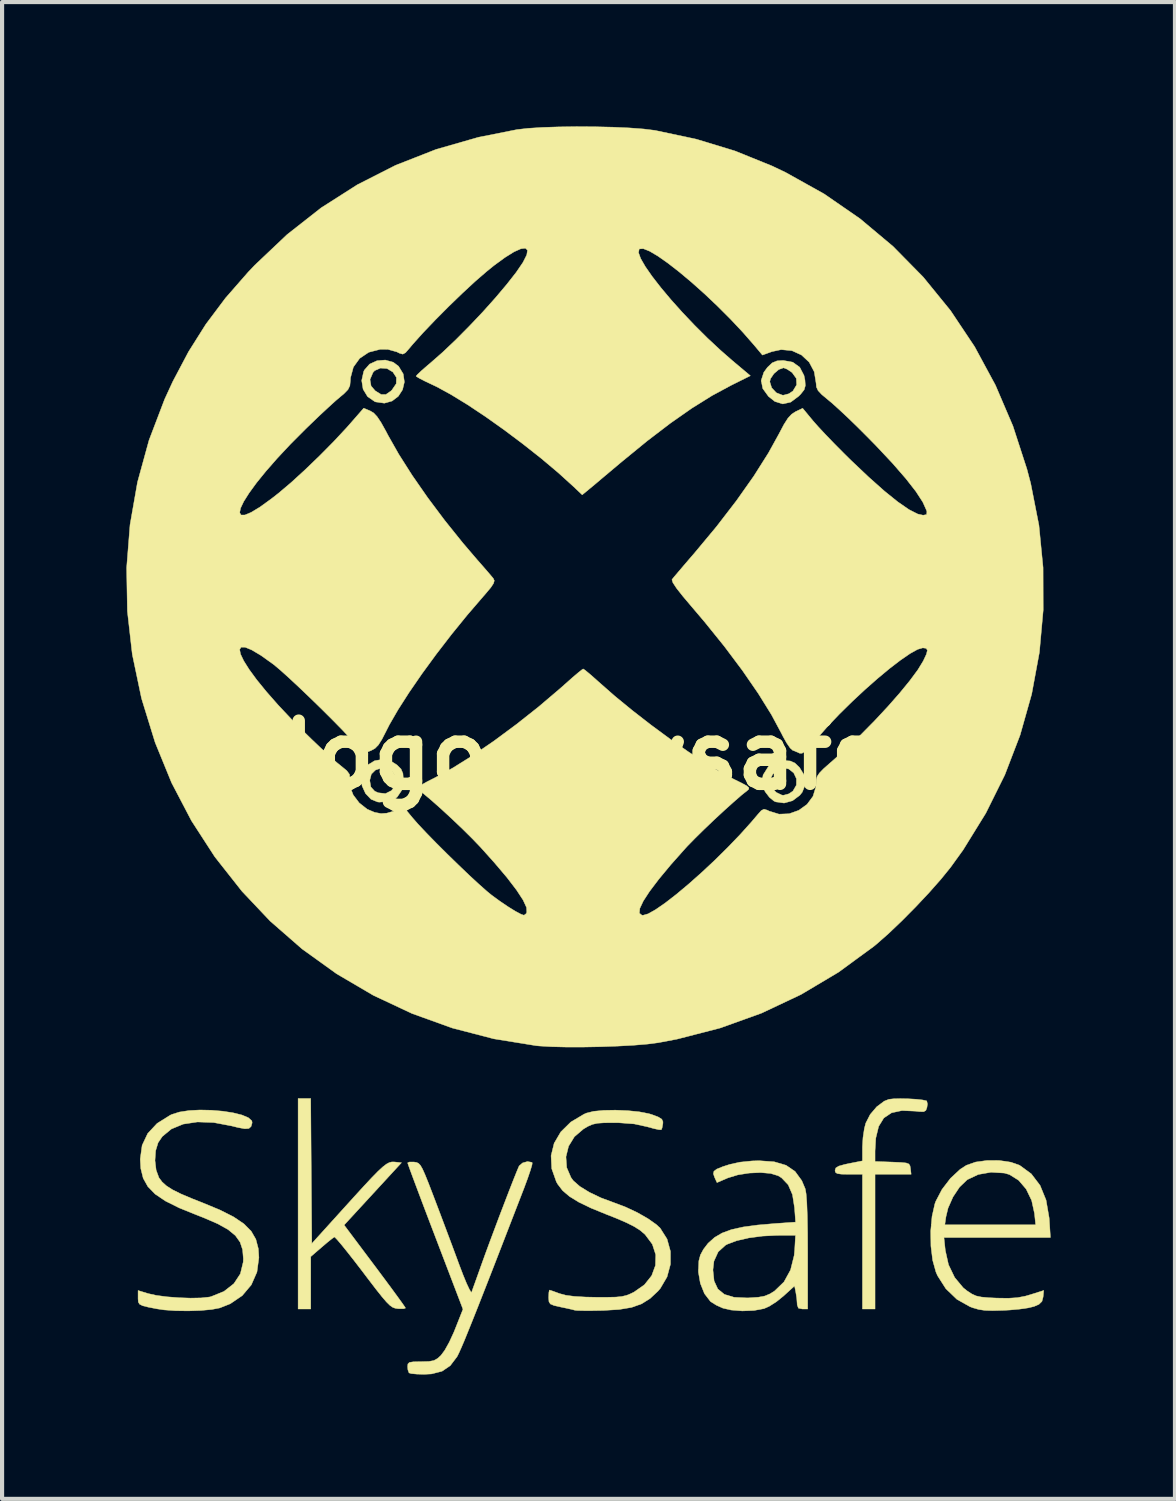
<source format=kicad_pcb>
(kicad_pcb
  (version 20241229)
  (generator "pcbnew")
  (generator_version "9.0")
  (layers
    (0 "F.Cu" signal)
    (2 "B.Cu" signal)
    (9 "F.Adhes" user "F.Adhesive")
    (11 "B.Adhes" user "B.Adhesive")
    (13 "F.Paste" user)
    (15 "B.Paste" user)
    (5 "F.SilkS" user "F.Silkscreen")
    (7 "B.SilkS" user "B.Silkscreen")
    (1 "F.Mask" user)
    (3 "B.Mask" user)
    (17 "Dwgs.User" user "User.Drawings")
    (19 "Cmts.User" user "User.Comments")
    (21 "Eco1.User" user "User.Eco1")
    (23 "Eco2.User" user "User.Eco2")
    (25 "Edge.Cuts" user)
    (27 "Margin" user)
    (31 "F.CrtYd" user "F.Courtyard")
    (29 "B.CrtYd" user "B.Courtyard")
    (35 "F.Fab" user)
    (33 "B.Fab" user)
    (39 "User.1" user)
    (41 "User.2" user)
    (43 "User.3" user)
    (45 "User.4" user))
  (footprint "logo_skysafe"
    (layer "F.Cu")
    (at 11.051 15.171)
    (property "Reference" "logo_skysafe" (at 0 0 0) (layer "F.SilkS") (effects (font (size 1.524 1.524) (thickness 0.3))))
    (attr through_hole)
    (fp_poly (pts (xy -4.613 -9.481) (xy -4.485 -9.385) (xy -4.373 -9.2) (xy -4.345 -9.005) (xy -4.389 -8.819) (xy -4.492 -8.66) (xy -4.642 -8.546) (xy -4.828 -8.494) (xy -5.036 -8.524) (xy -5.06 -8.533) (xy -5.233 -8.653) (xy -5.341 -8.831) (xy -5.375 -9.041) (xy -5.37 -9.064) (xy -5.175 -9.064) (xy -5.148 -8.908) (xy -5.048 -8.792) (xy -4.907 -8.705) (xy -4.792 -8.703) (xy -4.67 -8.788) (xy -4.646 -8.811) (xy -4.541 -8.965) (xy -4.537 -9.114) (xy -4.623 -9.246) (xy -4.765 -9.33) (xy -4.923 -9.341) (xy -5.061 -9.28) (xy -5.103 -9.234) (xy -5.175 -9.064) (xy -5.37 -9.064) (xy -5.327 -9.257) (xy -5.311 -9.292) (xy -5.184 -9.437) (xy -5.005 -9.519) (xy -4.805 -9.535) (xy -4.613 -9.481)) (stroke (width 0.01) (type solid)) (fill yes) (layer "F.SilkS"))
    (fp_poly (pts (xy -4.667 0.144) (xy -4.525 0.233) (xy -4.426 0.332) (xy -4.38 0.439) (xy -4.369 0.597) (xy -4.369 0.607) (xy -4.408 0.844) (xy -4.522 1.013) (xy -4.705 1.111) (xy -4.948 1.131) (xy -4.989 1.127) (xy -5.149 1.062) (xy -5.282 0.923) (xy -5.366 0.739) (xy -5.384 0.605) (xy -5.181 0.605) (xy -5.154 0.765) (xy -5.063 0.865) (xy -4.977 0.905) (xy -4.801 0.925) (xy -4.656 0.852) (xy -4.586 0.757) (xy -4.549 0.627) (xy -4.553 0.533) (xy -4.634 0.396) (xy -4.76 0.323) (xy -4.905 0.311) (xy -5.042 0.356) (xy -5.142 0.455) (xy -5.181 0.605) (xy -5.384 0.605) (xy -5.385 0.602) (xy -5.342 0.392) (xy -5.227 0.232) (xy -5.062 0.132) (xy -4.868 0.099) (xy -4.667 0.144)) (stroke (width 0.01) (type solid)) (fill yes) (layer "F.SilkS"))
    (fp_poly (pts (xy 4.963 0.138) (xy 5.075 0.187) (xy 5.186 0.293) (xy 5.309 0.491) (xy 5.332 0.692) (xy 5.255 0.889) (xy 5.194 0.966) (xy 5.019 1.097) (xy 4.816 1.153) (xy 4.616 1.125) (xy 4.572 1.105) (xy 4.464 1.017) (xy 4.362 0.884) (xy 4.348 0.859) (xy 4.282 0.663) (xy 4.286 0.635) (xy 4.47 0.635) (xy 4.515 0.774) (xy 4.623 0.894) (xy 4.761 0.961) (xy 4.803 0.965) (xy 4.932 0.93) (xy 5.029 0.864) (xy 5.112 0.721) (xy 5.114 0.566) (xy 5.048 0.426) (xy 4.926 0.33) (xy 4.803 0.305) (xy 4.663 0.349) (xy 4.542 0.457) (xy 4.475 0.593) (xy 4.47 0.635) (xy 4.286 0.635) (xy 4.309 0.476) (xy 4.431 0.281) (xy 4.441 0.269) (xy 4.54 0.177) (xy 4.656 0.135) (xy 4.8 0.127) (xy 4.963 0.138)) (stroke (width 0.01) (type solid)) (fill yes) (layer "F.SilkS"))
    (fp_poly (pts (xy 5.025 -9.483) (xy 5.193 -9.361) (xy 5.296 -9.163) (xy 5.319 -9.052) (xy 5.328 -8.916) (xy 5.3 -8.818) (xy 5.217 -8.713) (xy 5.168 -8.663) (xy 4.975 -8.519) (xy 4.784 -8.476) (xy 4.593 -8.535) (xy 4.44 -8.656) (xy 4.301 -8.848) (xy 4.269 -9.013) (xy 4.47 -9.013) (xy 4.516 -8.865) (xy 4.629 -8.745) (xy 4.776 -8.688) (xy 4.801 -8.687) (xy 4.932 -8.722) (xy 5.029 -8.788) (xy 5.119 -8.937) (xy 5.111 -9.091) (xy 5.01 -9.232) (xy 4.997 -9.242) (xy 4.887 -9.315) (xy 4.804 -9.347) (xy 4.801 -9.347) (xy 4.687 -9.306) (xy 4.571 -9.207) (xy 4.489 -9.087) (xy 4.47 -9.013) (xy 4.269 -9.013) (xy 4.263 -9.043) (xy 4.327 -9.239) (xy 4.415 -9.359) (xy 4.529 -9.467) (xy 4.645 -9.515) (xy 4.795 -9.525) (xy 5.025 -9.483)) (stroke (width 0.01) (type solid)) (fill yes) (layer "F.SilkS"))
    (fp_poly (pts (xy -6.592 10.031) (xy -6.579 11.781) (xy -5.857 10.983) (xy -5.557 10.652) (xy -5.316 10.388) (xy -5.126 10.185) (xy -4.979 10.035) (xy -4.866 9.931) (xy -4.779 9.864) (xy -4.71 9.827) (xy -4.65 9.812) (xy -4.591 9.812) (xy -4.576 9.813) (xy -4.415 9.83) (xy -5.107 10.582) (xy -5.799 11.334) (xy -5.059 12.321) (xy -4.853 12.597) (xy -4.669 12.845) (xy -4.516 13.054) (xy -4.401 13.213) (xy -4.333 13.311) (xy -4.318 13.337) (xy -4.363 13.353) (xy -4.473 13.353) (xy -4.504 13.351) (xy -4.568 13.341) (xy -4.629 13.318) (xy -4.696 13.27) (xy -4.779 13.188) (xy -4.888 13.061) (xy -5.033 12.878) (xy -5.223 12.63) (xy -5.343 12.471) (xy -5.538 12.217) (xy -5.713 11.994) (xy -5.859 11.813) (xy -5.967 11.686) (xy -6.026 11.625) (xy -6.034 11.622) (xy -6.088 11.66) (xy -6.196 11.746) (xy -6.334 11.863) (xy -6.337 11.866) (xy -6.604 12.096) (xy -6.604 13.36) (xy -6.909 13.36) (xy -6.909 8.28) (xy -6.605 8.28) (xy -6.592 10.031)) (stroke (width 0.01) (type solid)) (fill yes) (layer "F.SilkS"))
    (fp_poly (pts (xy 7.814 8.288) (xy 8.003 8.299) (xy 8.157 8.316) (xy 8.248 8.336) (xy 8.258 8.342) (xy 8.274 8.413) (xy 8.262 8.498) (xy 8.236 8.568) (xy 8.185 8.599) (xy 8.08 8.597) (xy 7.981 8.586) (xy 7.66 8.572) (xy 7.408 8.626) (xy 7.222 8.751) (xy 7.097 8.954) (xy 7.028 9.237) (xy 7.01 9.545) (xy 7.01 9.8) (xy 7.429 9.815) (xy 7.635 9.824) (xy 7.76 9.836) (xy 7.826 9.861) (xy 7.854 9.905) (xy 7.865 9.97) (xy 7.881 10.109) (xy 7.01 10.109) (xy 7.01 13.36) (xy 6.706 13.36) (xy 6.706 10.109) (xy 6.375 10.109) (xy 6.196 10.106) (xy 6.096 10.091) (xy 6.053 10.059) (xy 6.045 10.013) (xy 6.064 9.956) (xy 6.135 9.912) (xy 6.277 9.872) (xy 6.375 9.851) (xy 6.706 9.786) (xy 6.706 9.449) (xy 6.719 9.227) (xy 6.752 9.006) (xy 6.786 8.875) (xy 6.893 8.666) (xy 7.051 8.48) (xy 7.232 8.345) (xy 7.342 8.301) (xy 7.454 8.288) (xy 7.621 8.284) (xy 7.814 8.288)) (stroke (width 0.01) (type solid)) (fill yes) (layer "F.SilkS"))
    (fp_poly (pts (xy 10.012 9.777) (xy 10.288 9.818) (xy 10.497 9.892) (xy 10.779 10.098) (xy 10.992 10.378) (xy 11.136 10.731) (xy 11.21 11.159) (xy 11.214 11.214) (xy 11.241 11.633) (xy 8.672 11.633) (xy 8.705 11.944) (xy 8.782 12.29) (xy 8.931 12.599) (xy 9.138 12.848) (xy 9.235 12.925) (xy 9.346 12.997) (xy 9.45 13.044) (xy 9.576 13.071) (xy 9.752 13.087) (xy 9.946 13.096) (xy 10.226 13.1) (xy 10.443 13.086) (xy 10.637 13.049) (xy 10.76 13.013) (xy 11.08 12.912) (xy 11.065 13.068) (xy 11.037 13.176) (xy 10.964 13.247) (xy 10.846 13.298) (xy 10.707 13.332) (xy 10.501 13.362) (xy 10.258 13.384) (xy 10.109 13.392) (xy 9.85 13.399) (xy 9.661 13.393) (xy 9.512 13.371) (xy 9.374 13.331) (xy 9.301 13.304) (xy 8.986 13.127) (xy 8.719 12.871) (xy 8.518 12.556) (xy 8.479 12.467) (xy 8.4 12.183) (xy 8.358 11.841) (xy 8.353 11.476) (xy 8.367 11.328) (xy 8.693 11.328) (xy 10.885 11.328) (xy 10.857 11.055) (xy 10.788 10.74) (xy 10.656 10.467) (xy 10.474 10.254) (xy 10.253 10.116) (xy 10.13 10.08) (xy 9.809 10.06) (xy 9.501 10.114) (xy 9.238 10.238) (xy 9.23 10.244) (xy 9.049 10.418) (xy 8.89 10.657) (xy 8.771 10.926) (xy 8.72 11.138) (xy 8.693 11.328) (xy 8.367 11.328) (xy 8.385 11.125) (xy 8.453 10.823) (xy 8.475 10.762) (xy 8.625 10.475) (xy 8.83 10.207) (xy 9.064 9.989) (xy 9.214 9.892) (xy 9.437 9.814) (xy 9.715 9.776) (xy 10.012 9.777)) (stroke (width 0.01) (type solid)) (fill yes) (layer "F.SilkS"))
    (fp_poly (pts (xy -9.002 8.564) (xy -8.729 8.587) (xy -8.477 8.626) (xy -8.264 8.679) (xy -8.108 8.745) (xy -8.025 8.821) (xy -8.018 8.868) (xy -8.044 8.957) (xy -8.097 9.004) (xy -8.196 9.011) (xy -8.359 8.981) (xy -8.511 8.943) (xy -8.945 8.861) (xy -9.338 8.847) (xy -9.682 8.899) (xy -9.967 9.017) (xy -10.185 9.197) (xy -10.287 9.347) (xy -10.346 9.541) (xy -10.362 9.777) (xy -10.334 10.009) (xy -10.267 10.191) (xy -10.19 10.294) (xy -10.086 10.388) (xy -9.941 10.481) (xy -9.738 10.582) (xy -9.464 10.698) (xy -9.22 10.794) (xy -8.798 10.969) (xy -8.467 11.136) (xy -8.218 11.304) (xy -8.041 11.482) (xy -7.928 11.678) (xy -7.869 11.903) (xy -7.855 12.119) (xy -7.902 12.468) (xy -8.038 12.777) (xy -8.256 13.036) (xy -8.547 13.234) (xy -8.8 13.334) (xy -8.994 13.371) (xy -9.258 13.395) (xy -9.558 13.405) (xy -9.864 13.401) (xy -10.143 13.381) (xy -10.312 13.356) (xy -10.527 13.314) (xy -10.661 13.28) (xy -10.734 13.243) (xy -10.764 13.191) (xy -10.77 13.114) (xy -10.77 13.085) (xy -10.77 12.913) (xy -10.528 12.987) (xy -10.331 13.031) (xy -10.075 13.065) (xy -9.788 13.087) (xy -9.503 13.097) (xy -9.248 13.092) (xy -9.053 13.071) (xy -9.012 13.062) (xy -8.698 12.935) (xy -8.459 12.748) (xy -8.302 12.51) (xy -8.233 12.226) (xy -8.23 12.146) (xy -8.248 11.929) (xy -8.309 11.746) (xy -8.423 11.587) (xy -8.601 11.441) (xy -8.854 11.301) (xy -9.192 11.155) (xy -9.356 11.091) (xy -9.778 10.92) (xy -10.109 10.755) (xy -10.358 10.587) (xy -10.534 10.406) (xy -10.646 10.205) (xy -10.704 9.972) (xy -10.718 9.743) (xy -10.672 9.41) (xy -10.537 9.124) (xy -10.311 8.882) (xy -9.995 8.684) (xy -9.957 8.666) (xy -9.774 8.608) (xy -9.542 8.572) (xy -9.279 8.558) (xy -9.002 8.564)) (stroke (width 0.01) (type solid)) (fill yes) (layer "F.SilkS"))
    (fp_poly (pts (xy -1.275 9.82) (xy -1.26 9.831) (xy -1.267 9.886) (xy -1.306 10.017) (xy -1.37 10.205) (xy -1.454 10.432) (xy -1.472 10.479) (xy -1.755 11.21) (xy -2.003 11.851) (xy -2.219 12.408) (xy -2.406 12.886) (xy -2.565 13.291) (xy -2.699 13.628) (xy -2.81 13.903) (xy -2.899 14.122) (xy -2.97 14.288) (xy -3.024 14.409) (xy -3.063 14.489) (xy -3.076 14.512) (xy -3.239 14.727) (xy -3.437 14.861) (xy -3.691 14.926) (xy -3.871 14.935) (xy -4.045 14.93) (xy -4.177 14.918) (xy -4.233 14.901) (xy -4.26 14.829) (xy -4.267 14.749) (xy -4.26 14.685) (xy -4.224 14.649) (xy -4.135 14.634) (xy -3.97 14.63) (xy -3.941 14.63) (xy -3.755 14.625) (xy -3.634 14.603) (xy -3.543 14.552) (xy -3.463 14.479) (xy -3.371 14.355) (xy -3.262 14.16) (xy -3.152 13.921) (xy -3.122 13.847) (xy -2.931 13.365) (xy -3.599 11.616) (xy -3.751 11.218) (xy -3.891 10.849) (xy -4.014 10.522) (xy -4.118 10.245) (xy -4.197 10.032) (xy -4.248 9.89) (xy -4.267 9.833) (xy -4.267 9.833) (xy -4.223 9.813) (xy -4.117 9.813) (xy -4.109 9.814) (xy -4.052 9.823) (xy -4.005 9.845) (xy -3.959 9.893) (xy -3.908 9.981) (xy -3.845 10.122) (xy -3.762 10.328) (xy -3.652 10.614) (xy -3.622 10.693) (xy -3.489 11.043) (xy -3.344 11.429) (xy -3.2 11.813) (xy -3.072 12.158) (xy -3.022 12.294) (xy -2.928 12.54) (xy -2.845 12.742) (xy -2.778 12.884) (xy -2.735 12.954) (xy -2.723 12.954) (xy -2.696 12.878) (xy -2.642 12.728) (xy -2.57 12.527) (xy -2.496 12.319) (xy -2.4 12.053) (xy -2.289 11.751) (xy -2.168 11.428) (xy -2.045 11.1) (xy -1.923 10.782) (xy -1.811 10.49) (xy -1.713 10.24) (xy -1.636 10.048) (xy -1.586 9.929) (xy -1.575 9.906) (xy -1.493 9.835) (xy -1.376 9.802) (xy -1.275 9.82)) (stroke (width 0.01) (type solid)) (fill yes) (layer "F.SilkS"))
    (fp_poly (pts (xy 4.578 9.808) (xy 4.863 9.892) (xy 5.081 10.041) (xy 5.242 10.262) (xy 5.326 10.46) (xy 5.347 10.579) (xy 5.364 10.797) (xy 5.376 11.113) (xy 5.383 11.524) (xy 5.385 11.996) (xy 5.385 13.36) (xy 5.258 13.36) (xy 5.161 13.339) (xy 5.131 13.257) (xy 5.131 13.24) (xy 5.121 13.1) (xy 5.099 12.961) (xy 5.068 12.803) (xy 4.801 13.046) (xy 4.634 13.181) (xy 4.461 13.292) (xy 4.332 13.35) (xy 4.09 13.395) (xy 3.808 13.406) (xy 3.534 13.384) (xy 3.337 13.338) (xy 3.182 13.268) (xy 3.052 13.187) (xy 3.037 13.175) (xy 2.894 12.988) (xy 2.795 12.74) (xy 2.748 12.466) (xy 2.75 12.418) (xy 3.099 12.418) (xy 3.127 12.682) (xy 3.217 12.877) (xy 3.376 13.007) (xy 3.609 13.077) (xy 3.923 13.092) (xy 3.977 13.09) (xy 4.197 13.075) (xy 4.351 13.046) (xy 4.478 12.993) (xy 4.587 12.924) (xy 4.813 12.706) (xy 4.971 12.418) (xy 5.059 12.067) (xy 5.072 11.925) (xy 5.091 11.582) (xy 4.641 11.583) (xy 4.297 11.6) (xy 3.965 11.644) (xy 3.671 11.712) (xy 3.445 11.797) (xy 3.404 11.819) (xy 3.226 11.98) (xy 3.123 12.206) (xy 3.099 12.418) (xy 2.75 12.418) (xy 2.759 12.198) (xy 2.797 12.056) (xy 2.87 11.92) (xy 2.976 11.781) (xy 2.988 11.768) (xy 3.139 11.633) (xy 3.32 11.527) (xy 3.544 11.444) (xy 3.826 11.381) (xy 4.181 11.333) (xy 4.591 11.298) (xy 5.093 11.263) (xy 5.068 10.919) (xy 5.018 10.601) (xy 4.915 10.363) (xy 4.755 10.195) (xy 4.672 10.144) (xy 4.492 10.089) (xy 4.248 10.068) (xy 3.974 10.08) (xy 3.701 10.123) (xy 3.461 10.196) (xy 3.44 10.205) (xy 3.197 10.31) (xy 3.138 10.181) (xy 3.11 10.098) (xy 3.123 10.036) (xy 3.193 9.983) (xy 3.334 9.926) (xy 3.505 9.871) (xy 3.749 9.817) (xy 4.047 9.787) (xy 4.216 9.782) (xy 4.578 9.808)) (stroke (width 0.01) (type solid)) (fill yes) (layer "F.SilkS"))
    (fp_poly (pts (xy 1.042 8.574) (xy 1.321 8.602) (xy 1.553 8.647) (xy 1.626 8.669) (xy 1.784 8.729) (xy 1.866 8.781) (xy 1.893 8.842) (xy 1.891 8.888) (xy 1.872 8.992) (xy 1.853 9.035) (xy 1.796 9.033) (xy 1.671 9.006) (xy 1.512 8.962) (xy 1.2 8.894) (xy 0.825 8.866) (xy 0.707 8.865) (xy 0.474 8.867) (xy 0.312 8.878) (xy 0.192 8.905) (xy 0.082 8.953) (xy -0.028 9.019) (xy -0.243 9.203) (xy -0.384 9.433) (xy -0.447 9.688) (xy -0.429 9.947) (xy -0.325 10.189) (xy -0.27 10.264) (xy -0.114 10.401) (xy 0.118 10.544) (xy 0.403 10.68) (xy 0.711 10.794) (xy 0.992 10.9) (xy 1.273 11.032) (xy 1.529 11.178) (xy 1.732 11.321) (xy 1.827 11.41) (xy 1.992 11.671) (xy 2.074 11.968) (xy 2.074 12.28) (xy 1.992 12.585) (xy 1.829 12.863) (xy 1.773 12.928) (xy 1.583 13.106) (xy 1.378 13.235) (xy 1.136 13.321) (xy 0.838 13.371) (xy 0.463 13.394) (xy 0.432 13.395) (xy 0.19 13.399) (xy -0.015 13.399) (xy -0.162 13.396) (xy -0.229 13.39) (xy -0.303 13.37) (xy -0.443 13.339) (xy -0.572 13.312) (xy -0.735 13.275) (xy -0.822 13.239) (xy -0.857 13.184) (xy -0.864 13.092) (xy -0.864 13.077) (xy -0.859 12.961) (xy -0.847 12.904) (xy -0.845 12.903) (xy -0.79 12.919) (xy -0.673 12.961) (xy -0.603 12.987) (xy -0.452 13.028) (xy -0.247 13.055) (xy 0.029 13.071) (xy 0.28 13.076) (xy 0.557 13.076) (xy 0.755 13.072) (xy 0.898 13.058) (xy 1.01 13.032) (xy 1.113 12.991) (xy 1.195 12.951) (xy 1.447 12.774) (xy 1.621 12.555) (xy 1.712 12.308) (xy 1.719 12.05) (xy 1.637 11.797) (xy 1.464 11.565) (xy 1.455 11.556) (xy 1.34 11.459) (xy 1.196 11.368) (xy 1.006 11.273) (xy 0.75 11.163) (xy 0.543 11.082) (xy 0.159 10.925) (xy -0.139 10.781) (xy -0.363 10.643) (xy -0.528 10.502) (xy -0.645 10.349) (xy -0.678 10.292) (xy -0.79 9.975) (xy -0.806 9.661) (xy -0.732 9.361) (xy -0.571 9.086) (xy -0.33 8.849) (xy -0.013 8.66) (xy 0.051 8.632) (xy 0.222 8.59) (xy 0.464 8.567) (xy 0.747 8.562) (xy 1.042 8.574)) (stroke (width 0.01) (type solid)) (fill yes) (layer "F.SilkS"))
    (fp_poly (pts (xy 0.253 -15.163) (xy 0.685 -15.153) (xy 1.085 -15.135) (xy 1.429 -15.109) (xy 1.695 -15.076) (xy 1.702 -15.075) (xy 2.695 -14.864) (xy 3.629 -14.58) (xy 4.521 -14.219) (xy 4.851 -14.062) (xy 5.781 -13.543) (xy 6.646 -12.946) (xy 7.445 -12.276) (xy 8.174 -11.535) (xy 8.831 -10.728) (xy 9.412 -9.858) (xy 9.915 -8.928) (xy 10.337 -7.942) (xy 10.674 -6.905) (xy 10.765 -6.56) (xy 10.964 -5.548) (xy 11.064 -4.526) (xy 11.067 -3.502) (xy 10.975 -2.482) (xy 10.789 -1.475) (xy 10.51 -0.488) (xy 10.141 0.473) (xy 9.682 1.398) (xy 9.136 2.282) (xy 8.832 2.704) (xy 8.601 2.989) (xy 8.313 3.315) (xy 7.991 3.658) (xy 7.656 3.996) (xy 7.333 4.304) (xy 7.042 4.56) (xy 6.985 4.607) (xy 6.13 5.233) (xy 5.224 5.772) (xy 4.271 6.222) (xy 3.272 6.581) (xy 2.232 6.849) (xy 1.778 6.935) (xy 1.522 6.968) (xy 1.189 6.996) (xy 0.803 7.017) (xy 0.387 7.032) (xy -0.034 7.04) (xy -0.437 7.04) (xy -0.796 7.031) (xy -1.089 7.014) (xy -1.163 7.007) (xy -2.188 6.841) (xy -3.189 6.581) (xy -4.16 6.231) (xy -5.093 5.793) (xy -5.979 5.273) (xy -6.812 4.674) (xy -7.583 4.001) (xy -8.263 3.282) (xy -8.918 2.451) (xy -9.482 1.58) (xy -9.961 0.664) (xy -10.358 -0.307) (xy -10.677 -1.34) (xy -10.691 -1.392) (xy -10.909 -2.432) (xy -10.923 -2.551) (xy -8.319 -2.551) (xy -8.298 -2.44) (xy -8.221 -2.278) (xy -8.09 -2.07) (xy -7.907 -1.82) (xy -7.673 -1.533) (xy -7.392 -1.213) (xy -7.064 -0.864) (xy -6.812 -0.61) (xy -6.577 -0.38) (xy -6.35 -0.164) (xy -6.145 0.025) (xy -5.981 0.171) (xy -5.879 0.254) (xy -5.736 0.371) (xy -5.669 0.461) (xy -5.663 0.536) (xy -5.662 0.744) (xy -5.58 0.957) (xy -5.434 1.15) (xy -5.241 1.302) (xy -5.065 1.377) (xy -4.909 1.407) (xy -4.769 1.397) (xy -4.602 1.348) (xy -4.354 1.26) (xy -4.151 1.506) (xy -4.011 1.666) (xy -3.814 1.875) (xy -3.577 2.118) (xy -3.316 2.378) (xy -3.046 2.641) (xy -2.786 2.89) (xy -2.55 3.108) (xy -2.355 3.281) (xy -2.245 3.371) (xy -2.046 3.517) (xy -1.847 3.652) (xy -1.668 3.763) (xy -1.53 3.836) (xy -1.459 3.86) (xy -1.408 3.821) (xy -1.392 3.79) (xy -1.398 3.673) (xy -1.481 3.493) (xy -1.64 3.25) (xy -1.872 2.947) (xy -2.178 2.586) (xy -2.509 2.217) (xy -2.703 2.015) (xy -2.938 1.782) (xy -3.194 1.538) (xy -3.452 1.3) (xy -3.691 1.088) (xy -3.893 0.918) (xy -3.992 0.842) (xy -4.021 0.808) (xy -4.007 0.77) (xy -3.937 0.717) (xy -3.799 0.639) (xy -3.602 0.539) (xy -3.173 0.304) (xy -2.693 0.004) (xy -2.179 -0.348) (xy -1.647 -0.742) (xy -1.113 -1.164) (xy -0.595 -1.604) (xy -0.449 -1.733) (xy -0.285 -1.879) (xy -0.149 -1.994) (xy -0.058 -2.066) (xy -0.031 -2.083) (xy 0.017 -2.051) (xy 0.121 -1.965) (xy 0.263 -1.841) (xy 0.342 -1.77) (xy 0.73 -1.429) (xy 1.157 -1.079) (xy 1.606 -0.73) (xy 2.062 -0.394) (xy 2.507 -0.083) (xy 2.926 0.192) (xy 3.302 0.419) (xy 3.6 0.576) (xy 3.797 0.673) (xy 3.915 0.738) (xy 3.966 0.784) (xy 3.963 0.819) (xy 3.93 0.849) (xy 3.79 0.961) (xy 3.597 1.129) (xy 3.369 1.334) (xy 3.125 1.56) (xy 2.884 1.79) (xy 2.664 2.007) (xy 2.482 2.193) (xy 2.431 2.249) (xy 2.079 2.645) (xy 1.792 2.991) (xy 1.571 3.283) (xy 1.418 3.518) (xy 1.335 3.695) (xy 1.324 3.809) (xy 1.386 3.859) (xy 1.412 3.861) (xy 1.537 3.825) (xy 1.719 3.722) (xy 1.949 3.563) (xy 2.216 3.356) (xy 2.511 3.109) (xy 2.822 2.833) (xy 3.14 2.536) (xy 3.454 2.226) (xy 3.754 1.914) (xy 4.029 1.608) (xy 4.175 1.436) (xy 4.265 1.335) (xy 4.33 1.301) (xy 4.409 1.324) (xy 4.454 1.347) (xy 4.694 1.421) (xy 4.939 1.411) (xy 5.171 1.328) (xy 5.369 1.185) (xy 5.513 0.991) (xy 5.584 0.759) (xy 5.588 0.687) (xy 5.592 0.59) (xy 5.614 0.51) (xy 5.667 0.43) (xy 5.764 0.329) (xy 5.921 0.19) (xy 6.007 0.115) (xy 6.334 -0.177) (xy 6.669 -0.497) (xy 7 -0.833) (xy 7.315 -1.171) (xy 7.602 -1.497) (xy 7.848 -1.798) (xy 8.042 -2.06) (xy 8.17 -2.27) (xy 8.172 -2.273) (xy 8.25 -2.439) (xy 8.273 -2.535) (xy 8.241 -2.58) (xy 8.162 -2.591) (xy 8.038 -2.555) (xy 7.856 -2.454) (xy 7.626 -2.296) (xy 7.36 -2.092) (xy 7.069 -1.85) (xy 6.763 -1.58) (xy 6.452 -1.29) (xy 6.148 -0.991) (xy 5.862 -0.691) (xy 5.605 -0.399) (xy 5.602 -0.397) (xy 5.442 -0.213) (xy 5.329 -0.1) (xy 5.251 -0.049) (xy 5.196 -0.047) (xy 5.189 -0.05) (xy 5.068 -0.103) (xy 5.022 -0.12) (xy 4.962 -0.175) (xy 4.876 -0.299) (xy 4.782 -0.468) (xy 4.758 -0.517) (xy 4.511 -0.978) (xy 4.193 -1.49) (xy 3.812 -2.043) (xy 3.377 -2.624) (xy 2.895 -3.221) (xy 2.608 -3.559) (xy 2.381 -3.827) (xy 2.223 -4.027) (xy 2.134 -4.162) (xy 2.11 -4.235) (xy 2.114 -4.243) (xy 2.161 -4.302) (xy 2.263 -4.422) (xy 2.405 -4.589) (xy 2.575 -4.787) (xy 2.658 -4.883) (xy 3.188 -5.52) (xy 3.666 -6.141) (xy 4.086 -6.736) (xy 4.438 -7.293) (xy 4.692 -7.753) (xy 4.812 -7.98) (xy 4.909 -8.132) (xy 4.998 -8.228) (xy 5.091 -8.289) (xy 5.093 -8.29) (xy 5.264 -8.371) (xy 5.515 -8.067) (xy 5.637 -7.929) (xy 5.813 -7.74) (xy 6.027 -7.518) (xy 6.259 -7.284) (xy 6.426 -7.119) (xy 6.858 -6.71) (xy 7.237 -6.373) (xy 7.561 -6.112) (xy 7.829 -5.927) (xy 8.039 -5.82) (xy 8.17 -5.791) (xy 8.254 -5.807) (xy 8.261 -5.874) (xy 8.253 -5.905) (xy 8.162 -6.108) (xy 7.996 -6.364) (xy 7.753 -6.675) (xy 7.433 -7.043) (xy 7.033 -7.469) (xy 6.817 -7.689) (xy 6.586 -7.92) (xy 6.355 -8.144) (xy 6.143 -8.342) (xy 5.97 -8.498) (xy 5.88 -8.573) (xy 5.725 -8.702) (xy 5.636 -8.797) (xy 5.596 -8.884) (xy 5.588 -8.975) (xy 5.543 -9.252) (xy 5.421 -9.483) (xy 5.236 -9.656) (xy 5.005 -9.761) (xy 4.745 -9.786) (xy 4.522 -9.738) (xy 4.293 -9.655) (xy 4.092 -9.895) (xy 3.817 -10.209) (xy 3.52 -10.525) (xy 3.21 -10.835) (xy 2.895 -11.133) (xy 2.585 -11.41) (xy 2.288 -11.659) (xy 2.014 -11.872) (xy 1.772 -12.042) (xy 1.571 -12.161) (xy 1.419 -12.222) (xy 1.326 -12.216) (xy 1.319 -12.21) (xy 1.304 -12.126) (xy 1.356 -11.983) (xy 1.468 -11.789) (xy 1.632 -11.553) (xy 1.841 -11.284) (xy 2.086 -10.992) (xy 2.36 -10.686) (xy 2.656 -10.374) (xy 2.966 -10.065) (xy 3.283 -9.77) (xy 3.563 -9.525) (xy 4.002 -9.156) (xy 3.538 -8.925) (xy 3.078 -8.677) (xy 2.592 -8.374) (xy 2.073 -8.011) (xy 1.51 -7.581) (xy 0.894 -7.077) (xy 0.845 -7.036) (xy 0.624 -6.85) (xy 0.418 -6.677) (xy 0.247 -6.532) (xy 0.126 -6.432) (xy 0.094 -6.405) (xy -0.055 -6.283) (xy -0.269 -6.486) (xy -0.634 -6.817) (xy -1.045 -7.163) (xy -1.486 -7.511) (xy -1.939 -7.851) (xy -2.39 -8.171) (xy -2.822 -8.458) (xy -3.22 -8.702) (xy -3.566 -8.891) (xy -3.674 -8.942) (xy -3.851 -9.026) (xy -3.985 -9.095) (xy -4.056 -9.139) (xy -4.062 -9.147) (xy -4.027 -9.189) (xy -3.93 -9.28) (xy -3.789 -9.403) (xy -3.714 -9.466) (xy -3.42 -9.724) (xy -3.102 -10.026) (xy -2.774 -10.357) (xy -2.449 -10.7) (xy -2.144 -11.041) (xy -1.872 -11.364) (xy -1.647 -11.651) (xy -1.485 -11.889) (xy -1.483 -11.893) (xy -1.393 -12.071) (xy -1.375 -12.184) (xy -1.423 -12.233) (xy -1.533 -12.22) (xy -1.699 -12.146) (xy -1.916 -12.011) (xy -2.179 -11.819) (xy -2.362 -11.671) (xy -2.638 -11.432) (xy -2.949 -11.144) (xy -3.276 -10.828) (xy -3.597 -10.505) (xy -3.892 -10.196) (xy -4.139 -9.921) (xy -4.228 -9.815) (xy -4.318 -9.712) (xy -4.383 -9.677) (xy -4.462 -9.699) (xy -4.528 -9.732) (xy -4.75 -9.794) (xy -4.93 -9.793) (xy -5.205 -9.722) (xy -5.424 -9.575) (xy -5.575 -9.366) (xy -5.645 -9.106) (xy -5.648 -9.04) (xy -5.66 -8.917) (xy -5.706 -8.822) (xy -5.805 -8.72) (xy -5.886 -8.653) (xy -6.005 -8.552) (xy -6.176 -8.396) (xy -6.383 -8.204) (xy -6.604 -7.992) (xy -6.723 -7.877) (xy -7.088 -7.511) (xy -7.409 -7.168) (xy -7.684 -6.854) (xy -7.913 -6.572) (xy -8.092 -6.326) (xy -8.221 -6.122) (xy -8.297 -5.962) (xy -8.319 -5.852) (xy -8.284 -5.796) (xy -8.191 -5.797) (xy -8.039 -5.861) (xy -7.825 -5.991) (xy -7.548 -6.192) (xy -7.378 -6.325) (xy -7.079 -6.578) (xy -6.741 -6.887) (xy -6.389 -7.226) (xy -6.047 -7.572) (xy -5.741 -7.9) (xy -5.644 -8.01) (xy -5.326 -8.374) (xy -5.168 -8.307) (xy -5.086 -8.258) (xy -5.004 -8.171) (xy -4.91 -8.031) (xy -4.792 -7.82) (xy -4.741 -7.722) (xy -4.481 -7.263) (xy -4.159 -6.756) (xy -3.786 -6.219) (xy -3.375 -5.67) (xy -2.94 -5.128) (xy -2.595 -4.724) (xy -2.445 -4.553) (xy -2.316 -4.404) (xy -2.225 -4.297) (xy -2.197 -4.262) (xy -2.176 -4.212) (xy -2.194 -4.147) (xy -2.259 -4.048) (xy -2.383 -3.9) (xy -2.444 -3.83) (xy -2.829 -3.382) (xy -3.211 -2.912) (xy -3.579 -2.434) (xy -3.924 -1.962) (xy -4.233 -1.513) (xy -4.498 -1.099) (xy -4.707 -0.737) (xy -4.783 -0.587) (xy -4.888 -0.382) (xy -4.972 -0.249) (xy -5.052 -0.167) (xy -5.146 -0.115) (xy -5.159 -0.11) (xy -5.339 -0.038) (xy -5.521 -0.26) (xy -5.656 -0.413) (xy -5.847 -0.617) (xy -6.081 -0.855) (xy -6.341 -1.114) (xy -6.612 -1.378) (xy -6.878 -1.632) (xy -7.123 -1.861) (xy -7.333 -2.05) (xy -7.492 -2.184) (xy -7.519 -2.204) (xy -7.806 -2.409) (xy -8.028 -2.541) (xy -8.186 -2.606) (xy -8.283 -2.608) (xy -8.319 -2.551) (xy -10.923 -2.551) (xy -11.028 -3.477) (xy -11.046 -4.522) (xy -10.964 -5.561) (xy -10.784 -6.588) (xy -10.506 -7.6) (xy -10.129 -8.589) (xy -9.932 -9.017) (xy -9.552 -9.736) (xy -9.134 -10.399) (xy -8.661 -11.03) (xy -8.113 -11.657) (xy -7.952 -11.826) (xy -7.176 -12.561) (xy -6.352 -13.208) (xy -5.479 -13.765) (xy -4.556 -14.234) (xy -3.582 -14.616) (xy -2.557 -14.91) (xy -1.626 -15.095) (xy -1.363 -15.125) (xy -1.021 -15.147) (xy -0.623 -15.16) (xy -0.191 -15.166) (xy 0.253 -15.163)) (stroke (width 0.01) (type solid)) (fill yes) (layer "F.SilkS")))
  (gr_rect
    (start -3 -3)
    (end 25.297 33.111)
    (stroke (width 0.1) (type default))
    (fill no)
    (layer "Edge.Cuts")))
</source>
